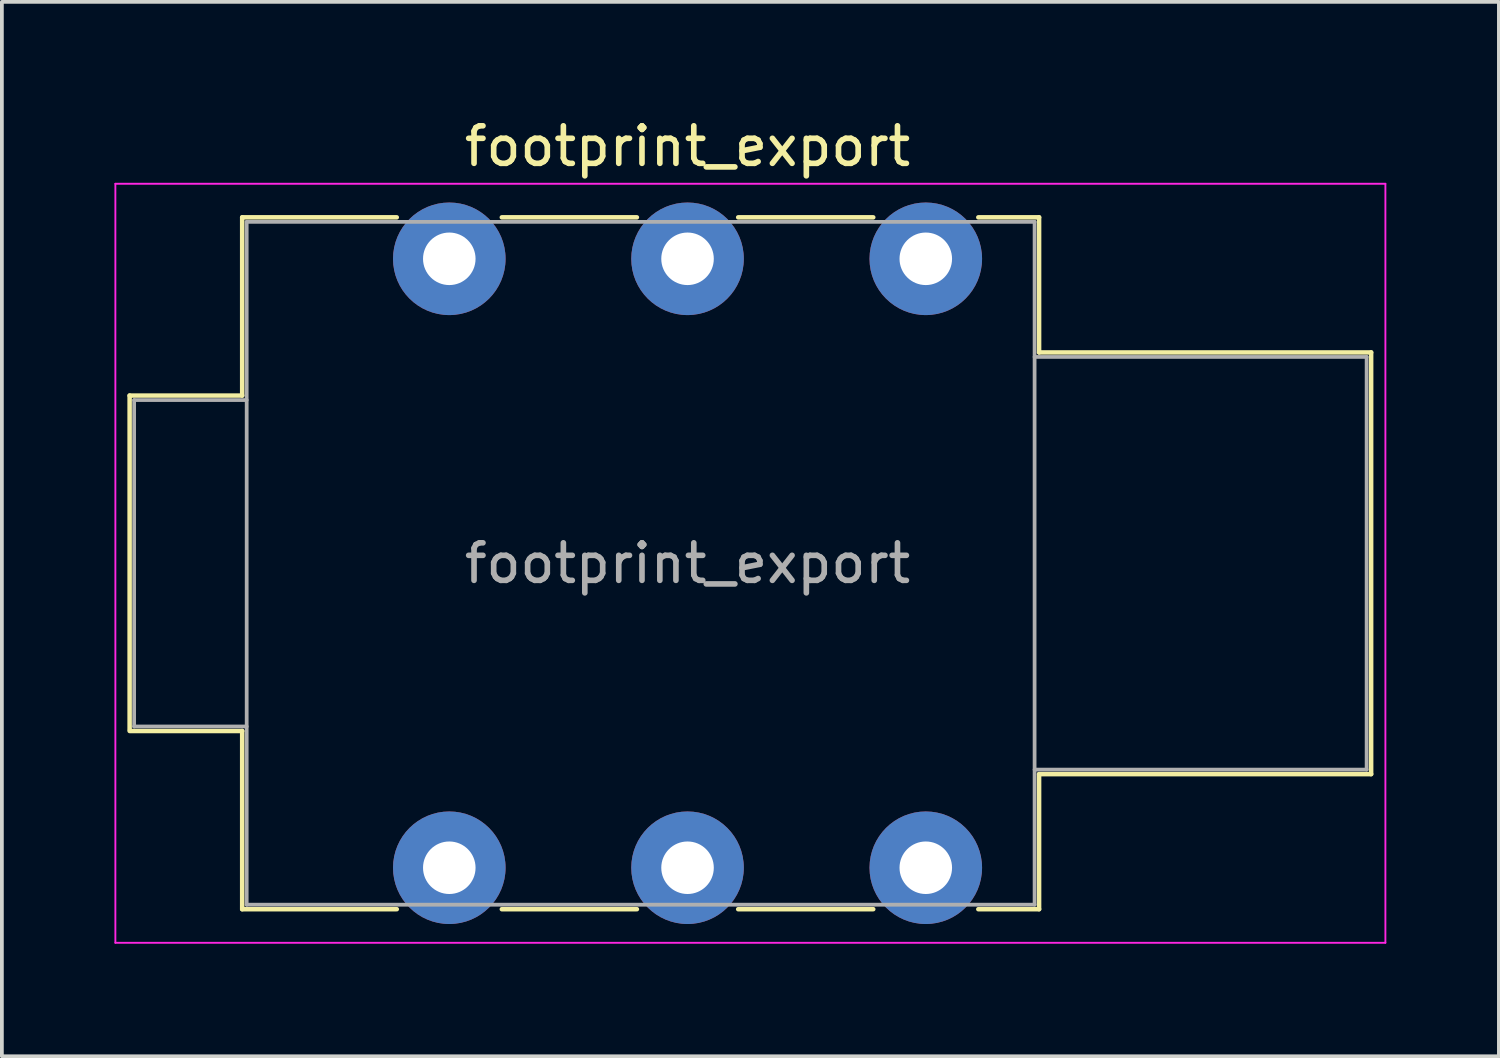
<source format=kicad_pcb>
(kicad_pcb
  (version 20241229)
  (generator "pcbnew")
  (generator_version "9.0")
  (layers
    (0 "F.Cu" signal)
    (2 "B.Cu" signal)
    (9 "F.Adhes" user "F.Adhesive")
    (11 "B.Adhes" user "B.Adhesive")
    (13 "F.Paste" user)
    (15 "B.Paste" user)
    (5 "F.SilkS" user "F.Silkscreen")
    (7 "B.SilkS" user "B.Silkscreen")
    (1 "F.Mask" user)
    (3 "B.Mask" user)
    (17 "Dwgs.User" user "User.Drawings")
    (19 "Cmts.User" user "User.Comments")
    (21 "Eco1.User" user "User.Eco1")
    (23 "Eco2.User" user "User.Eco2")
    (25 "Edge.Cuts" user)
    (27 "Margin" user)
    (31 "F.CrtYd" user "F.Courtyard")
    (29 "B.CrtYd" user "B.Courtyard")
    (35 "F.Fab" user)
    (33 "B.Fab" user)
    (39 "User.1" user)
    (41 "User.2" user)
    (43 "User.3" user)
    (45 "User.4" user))
  (footprint "footprint_export"
    (layer "F.Cu")
    (at 8.925 3.848)
    (property "Reference" "footprint_export" (at 6.35 -3 0) (layer "F.SilkS") (effects (font (size 1 1) (thickness 0.15))))
    (attr through_hole)
    (fp_line (start -8.52 3.645) (end -5.52 3.645) (stroke (width 0.12) (type solid)) (layer "F.SilkS"))
    (fp_line (start -8.52 12.545) (end -8.52 3.645) (stroke (width 0.12) (type solid)) (layer "F.SilkS"))
    (fp_line (start -8.52 12.585) (end -5.52 12.585) (stroke (width 0.12) (type solid)) (layer "F.SilkS"))
    (fp_line (start -5.52 -1.105) (end -1.4 -1.105) (stroke (width 0.12) (type solid)) (layer "F.SilkS"))
    (fp_line (start -5.52 3.645) (end -5.52 -1.105) (stroke (width 0.12) (type solid)) (layer "F.SilkS"))
    (fp_line (start -5.52 17.335) (end -5.52 12.585) (stroke (width 0.12) (type solid)) (layer "F.SilkS"))
    (fp_line (start -1.4 17.335) (end -5.52 17.335) (stroke (width 0.12) (type solid)) (layer "F.SilkS"))
    (fp_line (start 1.4 -1.105) (end 5 -1.105) (stroke (width 0.12) (type solid)) (layer "F.SilkS"))
    (fp_line (start 5 17.335) (end 1.4 17.335) (stroke (width 0.12) (type solid)) (layer "F.SilkS"))
    (fp_line (start 7.7 -1.105) (end 11.3 -1.105) (stroke (width 0.12) (type solid)) (layer "F.SilkS"))
    (fp_line (start 11.3 17.335) (end 7.7 17.335) (stroke (width 0.12) (type solid)) (layer "F.SilkS"))
    (fp_line (start 15.72 -1.105) (end 14.1 -1.105) (stroke (width 0.12) (type solid)) (layer "F.SilkS"))
    (fp_line (start 15.72 2.495) (end 15.72 -1.105) (stroke (width 0.12) (type solid)) (layer "F.SilkS"))
    (fp_line (start 15.72 2.495) (end 24.57 2.495) (stroke (width 0.12) (type solid)) (layer "F.SilkS"))
    (fp_line (start 15.72 13.735) (end 24.57 13.735) (stroke (width 0.12) (type solid)) (layer "F.SilkS"))
    (fp_line (start 15.72 17.335) (end 14.1 17.335) (stroke (width 0.12) (type solid)) (layer "F.SilkS"))
    (fp_line (start 15.72 17.335) (end 15.72 13.735) (stroke (width 0.12) (type solid)) (layer "F.SilkS"))
    (fp_line (start 24.57 13.735) (end 24.57 2.495) (stroke (width 0.12) (type solid)) (layer "F.SilkS"))
    (fp_line (start -8.9 18.23) (end -8.9 -2) (stroke (width 0.05) (type solid)) (layer "F.CrtYd"))
    (fp_line (start -8.9 18.23) (end 24.95 18.23) (stroke (width 0.05) (type solid)) (layer "F.CrtYd"))
    (fp_line (start 24.95 -2) (end -8.9 -2) (stroke (width 0.05) (type solid)) (layer "F.CrtYd"))
    (fp_line (start 24.95 18.23) (end 24.95 -2) (stroke (width 0.05) (type solid)) (layer "F.CrtYd"))
    (fp_line (start -8.4 3.765) (end -5.4 3.765) (stroke (width 0.1) (type solid)) (layer "F.Fab"))
    (fp_line (start -8.4 12.465) (end -8.4 3.765) (stroke (width 0.1) (type solid)) (layer "F.Fab"))
    (fp_line (start -8.4 12.465) (end -5.4 12.465) (stroke (width 0.1) (type solid)) (layer "F.Fab"))
    (fp_line (start -5.4 17.215) (end -5.4 -0.985) (stroke (width 0.1) (type solid)) (layer "F.Fab"))
    (fp_line (start 15.6 -0.985) (end -5.4 -0.985) (stroke (width 0.1) (type solid)) (layer "F.Fab"))
    (fp_line (start 15.6 17.215) (end -5.4 17.215) (stroke (width 0.1) (type solid)) (layer "F.Fab"))
    (fp_line (start 15.6 17.215) (end 15.6 -0.985) (stroke (width 0.1) (type solid)) (layer "F.Fab"))
    (fp_line (start 24.45 2.615) (end 15.6 2.615) (stroke (width 0.1) (type solid)) (layer "F.Fab"))
    (fp_line (start 24.45 13.615) (end 15.6 13.615) (stroke (width 0.1) (type solid)) (layer "F.Fab"))
    (fp_line (start 24.45 13.615) (end 24.45 2.615) (stroke (width 0.1) (type solid)) (layer "F.Fab"))
    (fp_text user "${REFERENCE}" (at 6.35 8.115 0) (layer "F.Fab") (effects (font (size 1 1) (thickness 0.15))))
    (pad "R" thru_hole circle (at 6.35 0) (size 3 3) (drill 1.4) (layers "*.Cu" "*.Mask"))
    (pad "RN" thru_hole circle (at 6.35 16.23) (size 3 3) (drill 1.4) (layers "*.Cu" "*.Mask"))
    (pad "S" thru_hole circle (at 12.7 0) (size 3 3) (drill 1.4) (layers "*.Cu" "*.Mask"))
    (pad "SN" thru_hole circle (at 12.7 16.23) (size 3 3) (drill 1.4) (layers "*.Cu" "*.Mask"))
    (pad "T" thru_hole circle (at 0 0) (size 3 3) (drill 1.4) (layers "*.Cu" "*.Mask"))
    (pad "TN" thru_hole circle (at 0 16.23) (size 3 3) (drill 1.4) (layers "*.Cu" "*.Mask")))
  (gr_rect
    (start -3 -3)
    (end 36.9 25.103)
    (stroke (width 0.1) (type default))
    (fill no)
    (layer "Edge.Cuts")))
</source>
